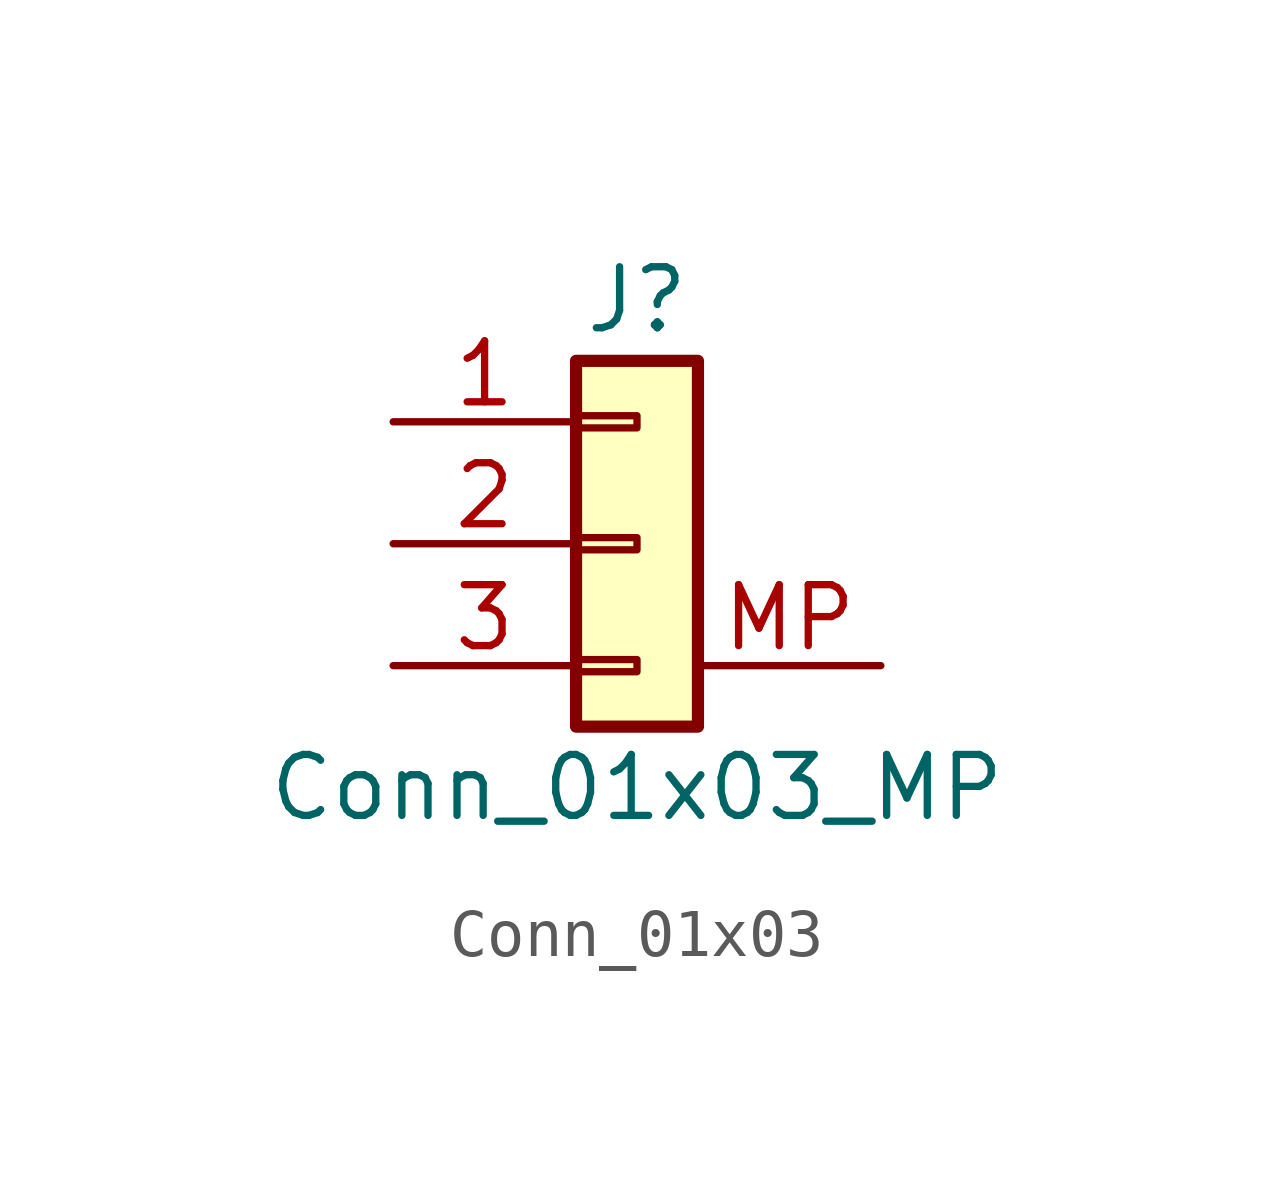
<source format=kicad_sym>
(kicad_symbol_lib
  (version 20241209)
  (generator "kicad_symbol_editor")
  (generator_version "9.0")
  (symbol "Conn_01x03"
    (pin_names
      (offset 1.016)
      (hide yes))
    (property "Reference" "J"
      (at 0 5.08 0)
      (effects (font (size 1.27 1.27))))
    (property "Value" "Conn_01x03_MP"
      (at 0 -5.08 0)
      (effects (font (size 1.27 1.27))))
    (symbol "Conn_01x03_1_1"
      (rectangle (start -1.27 3.81) (end 1.27 -3.81) (stroke (width 0.254) (type default)) (fill (type background)))
      (rectangle (start -1.27 2.667) (end 0 2.413) (stroke (width 0.152) (type default)) (fill (type none)))
      (rectangle (start -1.27 0.127) (end 0 -0.127) (stroke (width 0.152) (type default)) (fill (type none)))
      (rectangle (start -1.27 -2.413) (end 0 -2.667) (stroke (width 0.152) (type default)) (fill (type none)))
      (pin passive line (at -5.08 2.54 0) (length 3.81) (name "Pin_1" (effects (font (size 1.27 1.27)))) (number "1" (effects (font (size 1.27 1.27)))))
      (pin passive line (at -5.08 0 0) (length 3.81) (name "Pin_2" (effects (font (size 1.27 1.27)))) (number "2" (effects (font (size 1.27 1.27)))))
      (pin passive line (at -5.08 -2.54 0) (length 3.81) (name "Pin_3" (effects (font (size 1.27 1.27)))) (number "3" (effects (font (size 1.27 1.27)))))
      (pin passive line (at 5.08 -2.54 180) (length 3.81) (name "MP" (effects (font (size 1.27 1.27)))) (number "MP" (effects (font (size 1.27 1.27))))))))
</source>
